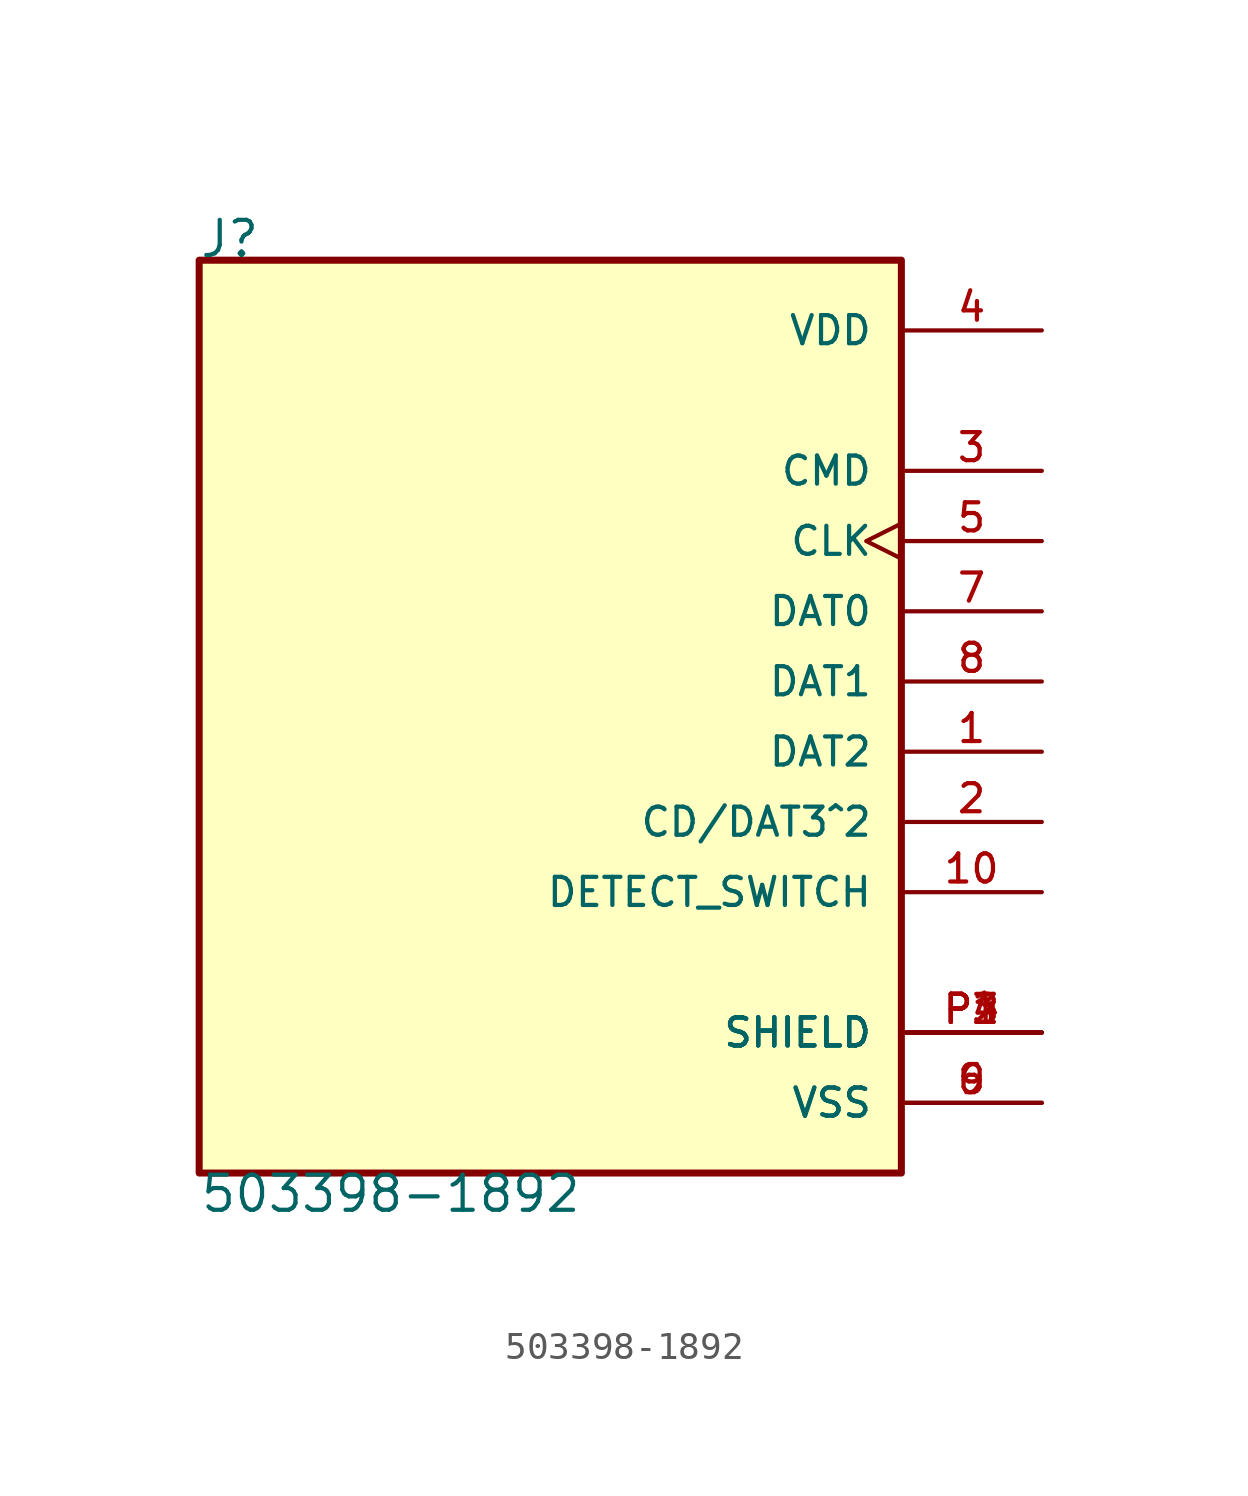
<source format=kicad_sym>
(kicad_symbol_lib
  (version 20211014)
  (generator kicad_symbol_editor)
  (symbol "503398-1892"
    (pin_names
      (offset 1.016))
    (property "Reference" "J"
      (at -12.722 15.266 0)
      (effects (font (size 1.27 1.27)) (justify bottom left)))
    (property "Value" "503398-1892"
      (at -12.704 -17.786 0.0)
      (effects (font (size 1.27 1.27)) (justify top left)))
    (symbol "503398-1892_0_0"
      (rectangle (start -12.7 -17.78) (end 12.7 15.24) (stroke (width 0.254)) (fill (type background)))
      (pin passive line (at 17.78 -2.54 180.0) (length 5.08) (name "DAT2" (effects (font (size 1.016 1.016)))) (number "1" (effects (font (size 1.016 1.016)))))
      (pin passive line (at 17.78 -5.08 180.0) (length 5.08) (name "CD/DAT3^2" (effects (font (size 1.016 1.016)))) (number "2" (effects (font (size 1.016 1.016)))))
      (pin passive line (at 17.78 7.62 180.0) (length 5.08) (name "CMD" (effects (font (size 1.016 1.016)))) (number "3" (effects (font (size 1.016 1.016)))))
      (pin power_in line (at 17.78 12.7 180.0) (length 5.08) (name "VDD" (effects (font (size 1.016 1.016)))) (number "4" (effects (font (size 1.016 1.016)))))
      (pin passive clock (at 17.78 5.08 180.0) (length 5.08) (name "CLK" (effects (font (size 1.016 1.016)))) (number "5" (effects (font (size 1.016 1.016)))))
      (pin power_in line (at 17.78 -15.24 180.0) (length 5.08) (name "VSS" (effects (font (size 1.016 1.016)))) (number "6" (effects (font (size 1.016 1.016)))))
      (pin power_in line (at 17.78 -15.24 180.0) (length 5.08) (name "VSS" (effects (font (size 1.016 1.016)))) (number "9" (effects (font (size 1.016 1.016)))))
      (pin passive line (at 17.78 2.54 180.0) (length 5.08) (name "DAT0" (effects (font (size 1.016 1.016)))) (number "7" (effects (font (size 1.016 1.016)))))
      (pin passive line (at 17.78 0.0 180.0) (length 5.08) (name "DAT1" (effects (font (size 1.016 1.016)))) (number "8" (effects (font (size 1.016 1.016)))))
      (pin passive line (at 17.78 -7.62 180.0) (length 5.08) (name "DETECT_SWITCH" (effects (font (size 1.016 1.016)))) (number "10" (effects (font (size 1.016 1.016)))))
      (pin passive line (at 17.78 -12.7 180.0) (length 5.08) (name "SHIELD" (effects (font (size 1.016 1.016)))) (number "P1" (effects (font (size 1.016 1.016)))))
      (pin passive line (at 17.78 -12.7 180.0) (length 5.08) (name "SHIELD" (effects (font (size 1.016 1.016)))) (number "P2" (effects (font (size 1.016 1.016)))))
      (pin passive line (at 17.78 -12.7 180.0) (length 5.08) (name "SHIELD" (effects (font (size 1.016 1.016)))) (number "P3" (effects (font (size 1.016 1.016)))))
      (pin passive line (at 17.78 -12.7 180.0) (length 5.08) (name "SHIELD" (effects (font (size 1.016 1.016)))) (number "P4" (effects (font (size 1.016 1.016))))))))
</source>
